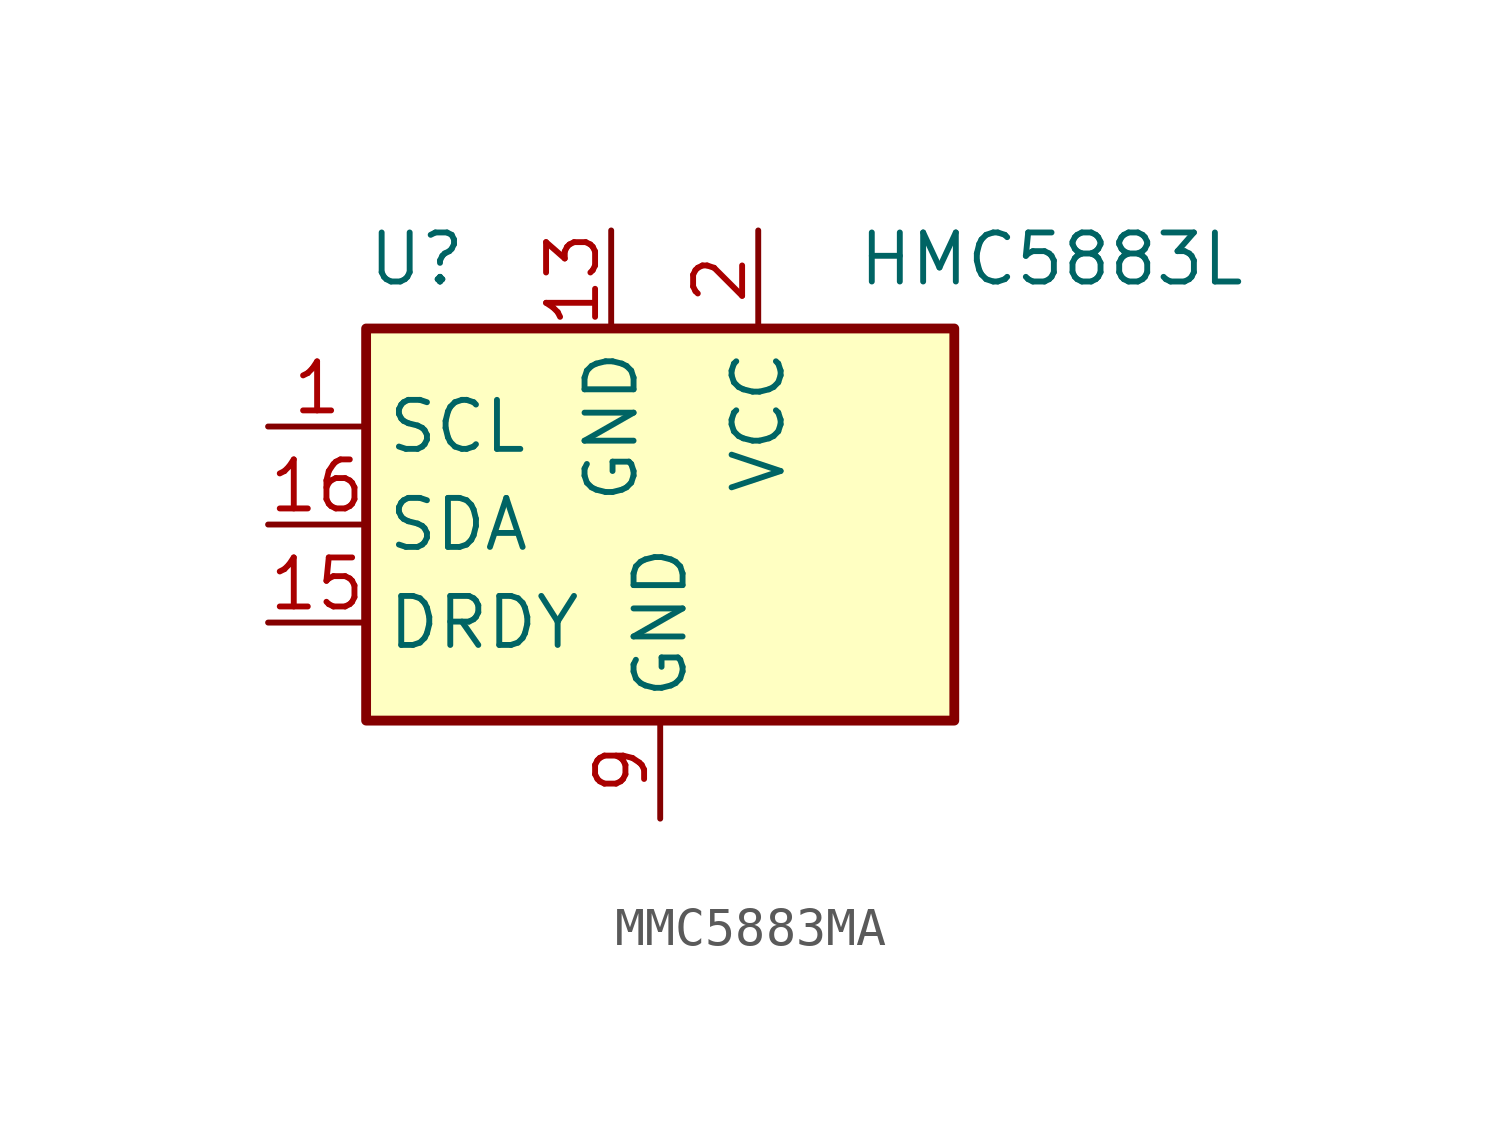
<source format=kicad_sym>
(kicad_symbol_lib
  (version 20241209)
  (generator "kicad_symbol_editor")
  (generator_version "9.0")
  (symbol "MMC5883MA"
    (property "Reference" "U"
      (at -7.62 7.62 0)
      (effects (font (size 1.27 1.27)) (justify left top)))
    (property "Value" "HMC5883L"
      (at 5.08 7.62 0)
      (effects (font (size 1.27 1.27)) (justify left top)))
    (symbol "MMC5883MA_0_1"
      (rectangle (start -7.62 -5.08) (end 7.62 5.08) (stroke (width 0.254) (type default)) (fill (type background))))
    (symbol "MMC5883MA_1_1"
      (pin input line (at -10.16 2.54 0) (length 2.54) (name "SCL" (effects (font (size 1.27 1.27)))) (number "1" (effects (font (size 1.27 1.27)))))
      (pin bidirectional line (at -10.16 0 0) (length 2.54) (name "SDA" (effects (font (size 1.27 1.27)))) (number "16" (effects (font (size 1.27 1.27)))))
      (pin output line (at -10.16 -2.54 0) (length 2.54) (name "DRDY" (effects (font (size 1.27 1.27)))) (number "15" (effects (font (size 1.27 1.27)))))
      (pin no_connect line (at -5.08 -5.08 90) (length 2.54) (hide yes) (name "NC" (effects (font (size 1.27 1.27)))) (number "7" (effects (font (size 1.27 1.27)))))
      (pin no_connect line (at -2.54 -5.08 90) (length 2.54) (hide yes) (name "NC" (effects (font (size 1.27 1.27)))) (number "14" (effects (font (size 1.27 1.27)))))
      (pin power_in line (at -1.27 7.62 270) (length 2.54) (name "GND" (effects (font (size 1.27 1.27)))) (number "13" (effects (font (size 1.27 1.27)))))
      (pin passive line (at 0 -7.62 90) (length 2.54) (hide yes) (name "GND" (effects (font (size 1.27 1.27)))) (number "11" (effects (font (size 1.27 1.27)))))
      (pin power_in line (at 0 -7.62 90) (length 2.54) (name "GND" (effects (font (size 1.27 1.27)))) (number "9" (effects (font (size 1.27 1.27)))))
      (pin power_in line (at 2.54 7.62 270) (length 2.54) (name "VCC" (effects (font (size 1.27 1.27)))) (number "2" (effects (font (size 1.27 1.27)))))
      (pin no_connect line (at 2.54 -5.08 90) (length 2.54) (hide yes) (name "NC" (effects (font (size 1.27 1.27)))) (number "8" (effects (font (size 1.27 1.27)))))
      (pin no_connect line (at 5.08 -5.08 90) (length 2.54) (hide yes) (name "NC" (effects (font (size 1.27 1.27)))) (number "12" (effects (font (size 1.27 1.27)))))
      (pin no_connect line (at 7.62 5.08 180) (length 2.54) (hide yes) (name "NC" (effects (font (size 1.27 1.27)))) (number "5" (effects (font (size 1.27 1.27)))))
      (pin no_connect line (at 7.62 2.54 180) (length 2.54) (hide yes) (name "NC" (effects (font (size 1.27 1.27)))) (number "4" (effects (font (size 1.27 1.27)))))
      (pin no_connect line (at 7.62 -2.54 180) (length 2.54) (hide yes) (name "NC" (effects (font (size 1.27 1.27)))) (number "6" (effects (font (size 1.27 1.27)))))
      (pin no_connect line (at 7.62 -5.08 180) (length 2.54) (hide yes) (name "NC" (effects (font (size 1.27 1.27)))) (number "3" (effects (font (size 1.27 1.27))))))))
</source>
